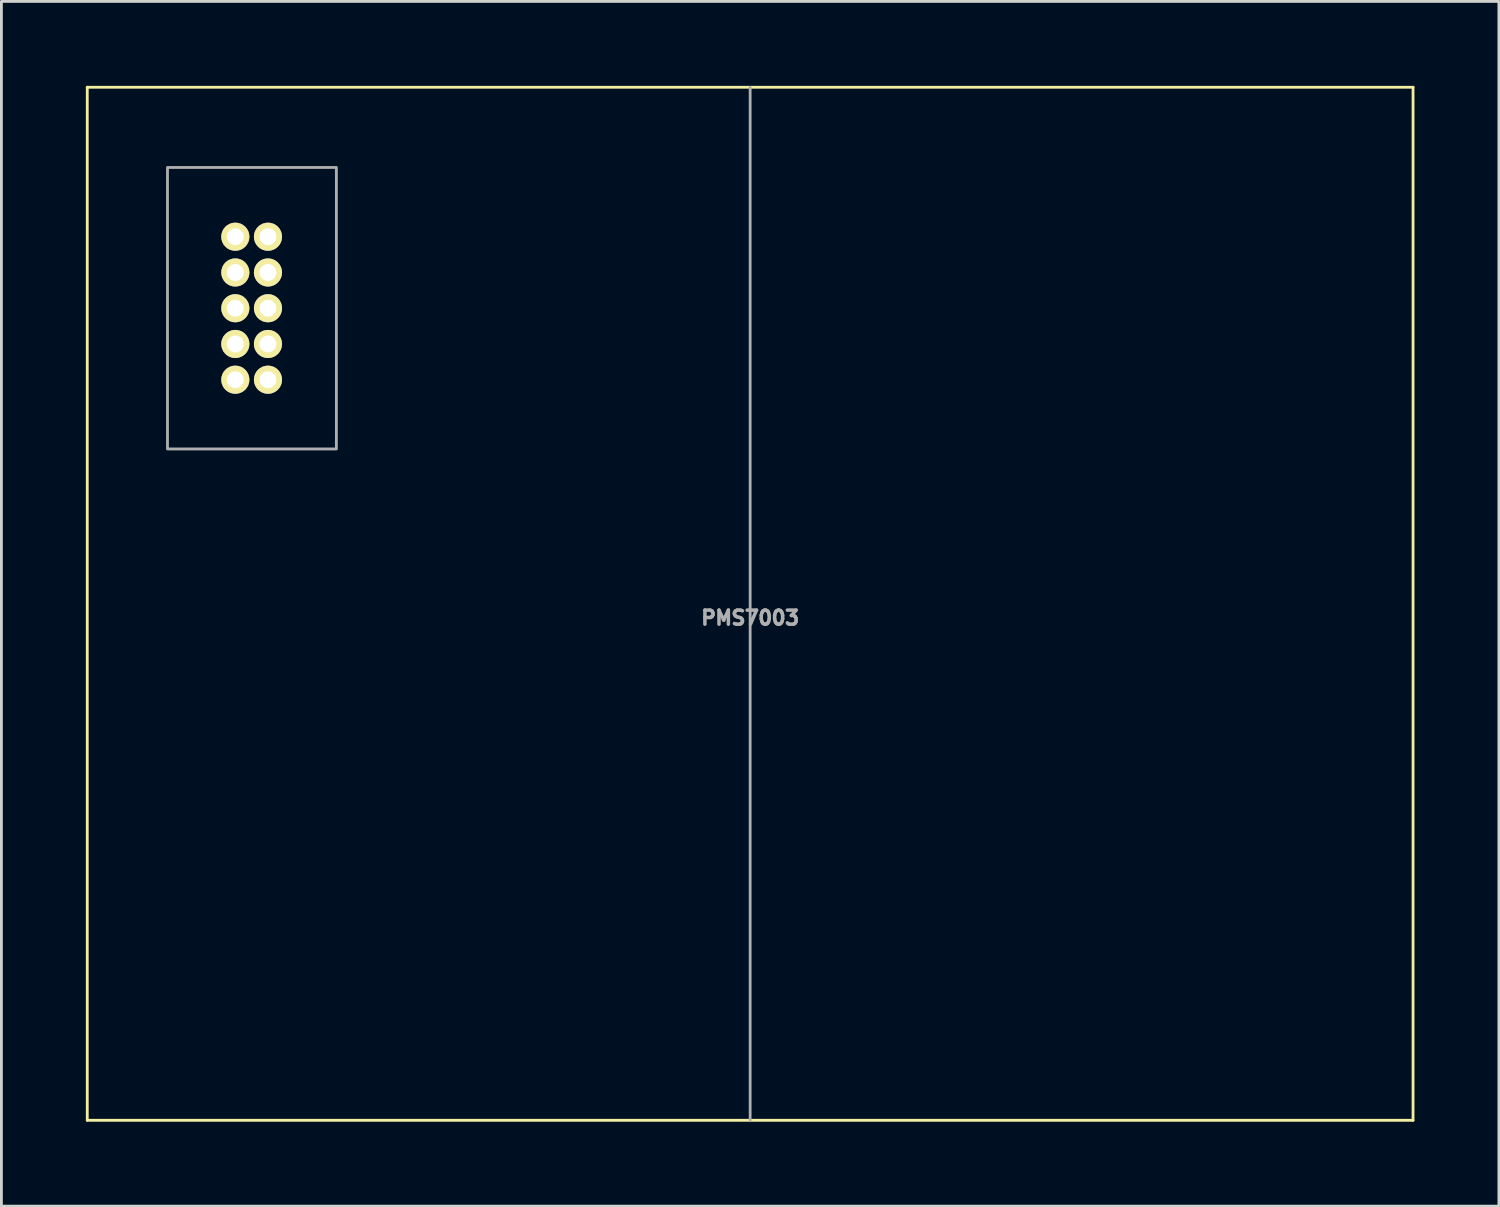
<source format=kicad_pcb>
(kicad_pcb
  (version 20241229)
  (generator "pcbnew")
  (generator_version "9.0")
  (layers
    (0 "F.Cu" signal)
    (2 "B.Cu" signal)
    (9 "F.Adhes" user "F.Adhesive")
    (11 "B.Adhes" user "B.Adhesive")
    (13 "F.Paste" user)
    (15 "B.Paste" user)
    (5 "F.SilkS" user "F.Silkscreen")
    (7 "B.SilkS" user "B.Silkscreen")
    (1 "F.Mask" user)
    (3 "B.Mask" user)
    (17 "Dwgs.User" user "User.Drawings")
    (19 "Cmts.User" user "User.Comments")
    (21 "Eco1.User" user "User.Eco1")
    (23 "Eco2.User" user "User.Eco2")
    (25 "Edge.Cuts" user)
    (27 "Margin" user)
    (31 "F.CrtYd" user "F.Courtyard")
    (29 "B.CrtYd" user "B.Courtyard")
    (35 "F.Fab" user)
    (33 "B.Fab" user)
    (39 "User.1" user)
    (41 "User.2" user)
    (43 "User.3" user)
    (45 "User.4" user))
  (footprint "PMS7003"
    (layer "F.Cu")
    (at 23.6 18.4)
    (property "Reference" "PMS7003" (at 0 0.5 0) (layer "F.Fab") (effects (font (size 0.5 0.5) (thickness 0.125))))
    (attr through_hole)
    (fp_line (start -23.55 -18.35) (end 23.55 -18.35) (stroke (width 0.1) (type solid)) (layer "F.SilkS"))
    (fp_line (start -23.55 18.35) (end -23.55 -18.35) (stroke (width 0.1) (type solid)) (layer "F.SilkS"))
    (fp_line (start 23.55 -18.35) (end 23.55 18.35) (stroke (width 0.1) (type solid)) (layer "F.SilkS"))
    (fp_line (start 23.55 18.35) (end -23.55 18.35) (stroke (width 0.1) (type solid)) (layer "F.SilkS"))
    (fp_line (start 0 -18.35) (end 0 18.35) (stroke (width 0.1) (type default)) (layer "F.Fab"))
    (fp_rect (start -20.7 -15.5) (end -14.7 -5.5) (stroke (width 0.1) (type default)) (fill no) (layer "F.Fab"))
    (pad "1" thru_hole circle (at -17.13 -13.04) (size 1 1) (drill 0.6) (layers "*.Cu" "*.Mask" "F.SilkS"))
    (pad "2" thru_hole circle (at -18.29 -13.04) (size 1 1) (drill 0.6) (layers "*.Cu" "*.Mask" "F.SilkS"))
    (pad "3" thru_hole circle (at -17.13 -11.77) (size 1 1) (drill 0.6) (layers "*.Cu" "*.Mask" "F.SilkS"))
    (pad "4" thru_hole circle (at -18.29 -11.77) (size 1 1) (drill 0.6) (layers "*.Cu" "*.Mask" "F.SilkS"))
    (pad "5" thru_hole circle (at -17.13 -10.5) (size 1 1) (drill 0.6) (layers "*.Cu" "*.Mask" "F.SilkS"))
    (pad "6" thru_hole circle (at -18.29 -10.5) (size 1 1) (drill 0.6) (layers "*.Cu" "*.Mask" "F.SilkS"))
    (pad "7" thru_hole circle (at -17.13 -9.23) (size 1 1) (drill 0.6) (layers "*.Cu" "*.Mask" "F.SilkS"))
    (pad "8" thru_hole circle (at -18.29 -9.23) (size 1 1) (drill 0.6) (layers "*.Cu" "*.Mask" "F.SilkS"))
    (pad "9" thru_hole circle (at -17.13 -7.96) (size 1 1) (drill 0.6) (layers "*.Cu" "*.Mask" "F.SilkS"))
    (pad "10" thru_hole circle (at -18.29 -7.96) (size 1 1) (drill 0.6) (layers "*.Cu" "*.Mask" "F.SilkS")))
  (gr_rect
    (start -3 -3)
    (end 50.2 39.8)
    (stroke (width 0.1) (type default))
    (fill no)
    (layer "Edge.Cuts")))
</source>
